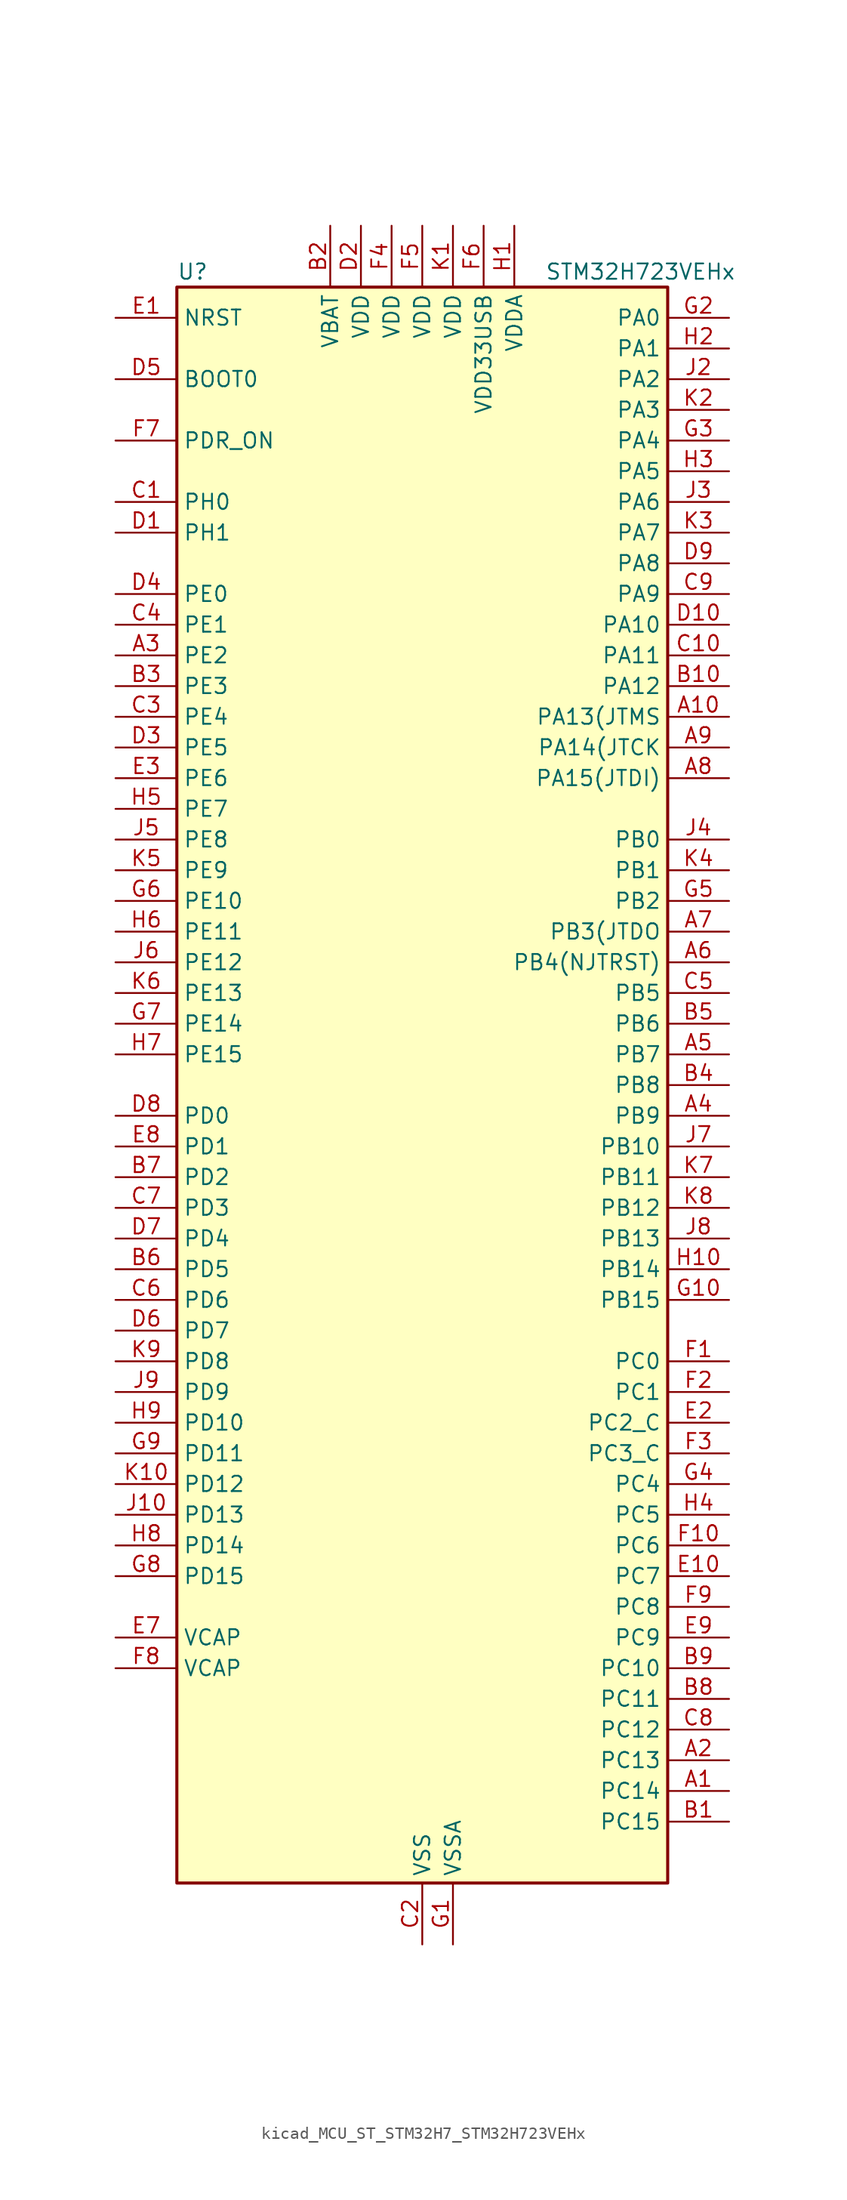
<source format=kicad_sym>
(kicad_symbol_lib
  (version 20220914)
  (generator kicad_symbol_editor)
  (symbol "kicad_MCU_ST_STM32H7_STM32H723VEHx"
    (property "Reference" "U"
      (at -20.32 67.31 0)
      (effects (font (size 1.27 1.27)) (justify left)))
    (property "Value" "STM32H723VEHx"
      (at 10.16 67.31 0)
      (effects (font (size 1.27 1.27)) (justify left)))
    (property "ki_locked" ""
      (at 0 0 0)
      (effects (font (size 1.27 1.27))))
    (symbol "kicad_MCU_ST_STM32H7_STM32H723VEHx_0_1"
      (rectangle (start -20.32 -66.04) (end 20.32 66.04) (stroke (width 0.254) (type default)) (fill (type background))))
    (symbol "kicad_MCU_ST_STM32H7_STM32H723VEHx_1_1"
      (pin bidirectional line (at 25.4 -58.42 180) (length 5.08) (name "PC14" (effects (font (size 1.27 1.27)))) (number "A1" (effects (font (size 1.27 1.27)))) (alternate "RCC_OSC32_IN" bidirectional line))
      (pin bidirectional line (at 25.4 30.48 180) (length 5.08) (name "PA13(JTMS" (effects (font (size 1.27 1.27)))) (number "A10" (effects (font (size 1.27 1.27)))) (alternate "DEBUG_JTMS-SWDIO" bidirectional line))
      (pin bidirectional line (at 25.4 -55.88 180) (length 5.08) (name "PC13" (effects (font (size 1.27 1.27)))) (number "A2" (effects (font (size 1.27 1.27)))) (alternate "PWR_WKUP4" bidirectional line) (alternate "RTC_OUT_ALARM" bidirectional line) (alternate "RTC_OUT_CALIB" bidirectional line) (alternate "RTC_TAMP1" bidirectional line) (alternate "RTC_TS" bidirectional line))
      (pin bidirectional line (at -25.4 35.56 0) (length 5.08) (name "PE2" (effects (font (size 1.27 1.27)))) (number "A3" (effects (font (size 1.27 1.27)))) (alternate "DEBUG_TRACECLK" bidirectional line) (alternate "ETH_TXD3" bidirectional line) (alternate "FMC_A23" bidirectional line) (alternate "OCTOSPIM_P1_IO2" bidirectional line) (alternate "SAI1_CK1" bidirectional line) (alternate "SAI1_MCLK_A" bidirectional line) (alternate "SAI4_CK1" bidirectional line) (alternate "SAI4_MCLK_A" bidirectional line) (alternate "SPI4_SCK" bidirectional line) (alternate "USART10_RX" bidirectional line))
      (pin bidirectional line (at 25.4 -2.54 180) (length 5.08) (name "PB9" (effects (font (size 1.27 1.27)))) (number "A4" (effects (font (size 1.27 1.27)))) (alternate "DAC1_EXTI9" bidirectional line) (alternate "DCMI_D7" bidirectional line) (alternate "DFSDM1_DATIN7" bidirectional line) (alternate "FDCAN1_TX" bidirectional line) (alternate "I2C1_SDA" bidirectional line) (alternate "I2C4_SDA" bidirectional line) (alternate "I2C4_SMBA" bidirectional line) (alternate "I2S2_WS" bidirectional line) (alternate "LTDC_B7" bidirectional line) (alternate "PSSI_D7" bidirectional line) (alternate "SDMMC1_CDIR" bidirectional line) (alternate "SDMMC1_D5" bidirectional line) (alternate "SDMMC2_D5" bidirectional line) (alternate "SPI2_NSS" bidirectional line) (alternate "TIM17_CH1" bidirectional line) (alternate "TIM4_CH4" bidirectional line) (alternate "UART4_TX" bidirectional line))
      (pin bidirectional line (at 25.4 2.54 180) (length 5.08) (name "PB7" (effects (font (size 1.27 1.27)))) (number "A5" (effects (font (size 1.27 1.27)))) (alternate "DCMI_VSYNC" bidirectional line) (alternate "DFSDM1_CKIN5" bidirectional line) (alternate "FMC_NL" bidirectional line) (alternate "I2C1_SDA" bidirectional line) (alternate "I2C4_SDA" bidirectional line) (alternate "LPUART1_RX" bidirectional line) (alternate "PSSI_RDY" bidirectional line) (alternate "PWR_PVD_IN" bidirectional line) (alternate "TIM17_CH1N" bidirectional line) (alternate "TIM4_CH2" bidirectional line) (alternate "USART1_RX" bidirectional line))
      (pin bidirectional line (at 25.4 10.16 180) (length 5.08) (name "PB4(NJTRST)" (effects (font (size 1.27 1.27)))) (number "A6" (effects (font (size 1.27 1.27)))) (alternate "DEBUG_JTRST" bidirectional line) (alternate "I2S1_SDI" bidirectional line) (alternate "I2S2_WS" bidirectional line) (alternate "I2S3_SDI" bidirectional line) (alternate "I2S6_SDI" bidirectional line) (alternate "SDMMC2_D3" bidirectional line) (alternate "SPI1_MISO" bidirectional line) (alternate "SPI2_NSS" bidirectional line) (alternate "SPI3_MISO" bidirectional line) (alternate "SPI6_MISO" bidirectional line) (alternate "TIM16_BKIN" bidirectional line) (alternate "TIM3_CH1" bidirectional line) (alternate "UART7_TX" bidirectional line))
      (pin bidirectional line (at 25.4 12.7 180) (length 5.08) (name "PB3(JTDO" (effects (font (size 1.27 1.27)))) (number "A7" (effects (font (size 1.27 1.27)))) (alternate "CRS_SYNC" bidirectional line) (alternate "DEBUG_JTDO-SWO" bidirectional line) (alternate "I2S1_CK" bidirectional line) (alternate "I2S3_CK" bidirectional line) (alternate "I2S6_CK" bidirectional line) (alternate "SDMMC2_D2" bidirectional line) (alternate "SPI1_SCK" bidirectional line) (alternate "SPI3_SCK" bidirectional line) (alternate "SPI6_SCK" bidirectional line) (alternate "TIM24_ETR" bidirectional line) (alternate "TIM2_CH2" bidirectional line) (alternate "UART7_RX" bidirectional line))
      (pin bidirectional line (at 25.4 25.4 180) (length 5.08) (name "PA15(JTDI)" (effects (font (size 1.27 1.27)))) (number "A8" (effects (font (size 1.27 1.27)))) (alternate "ADC1_EXTI15" bidirectional line) (alternate "ADC2_EXTI15" bidirectional line) (alternate "ADC3_EXTI15" bidirectional line) (alternate "CEC" bidirectional line) (alternate "DEBUG_JTDI" bidirectional line) (alternate "I2S1_WS" bidirectional line) (alternate "I2S3_WS" bidirectional line) (alternate "I2S6_WS" bidirectional line) (alternate "LTDC_B6" bidirectional line) (alternate "LTDC_R3" bidirectional line) (alternate "SPI1_NSS" bidirectional line) (alternate "SPI3_NSS" bidirectional line) (alternate "SPI6_NSS" bidirectional line) (alternate "TIM2_CH1" bidirectional line) (alternate "TIM2_ETR" bidirectional line) (alternate "UART4_DE" bidirectional line) (alternate "UART4_RTS" bidirectional line) (alternate "UART7_TX" bidirectional line))
      (pin bidirectional line (at 25.4 27.94 180) (length 5.08) (name "PA14(JTCK" (effects (font (size 1.27 1.27)))) (number "A9" (effects (font (size 1.27 1.27)))) (alternate "DEBUG_JTCK-SWCLK" bidirectional line))
      (pin bidirectional line (at 25.4 -60.96 180) (length 5.08) (name "PC15" (effects (font (size 1.27 1.27)))) (number "B1" (effects (font (size 1.27 1.27)))) (alternate "ADC1_EXTI15" bidirectional line) (alternate "ADC2_EXTI15" bidirectional line) (alternate "ADC3_EXTI15" bidirectional line) (alternate "RCC_OSC32_OUT" bidirectional line))
      (pin bidirectional line (at 25.4 33.02 180) (length 5.08) (name "PA12" (effects (font (size 1.27 1.27)))) (number "B10" (effects (font (size 1.27 1.27)))) (alternate "FDCAN1_TX" bidirectional line) (alternate "I2S2_CK" bidirectional line) (alternate "LPUART1_DE" bidirectional line) (alternate "LPUART1_RTS" bidirectional line) (alternate "LTDC_R5" bidirectional line) (alternate "SAI4_FS_B" bidirectional line) (alternate "SPI2_SCK" bidirectional line) (alternate "TIM1_BKIN2" bidirectional line) (alternate "TIM1_ETR" bidirectional line) (alternate "UART4_TX" bidirectional line) (alternate "USART1_DE" bidirectional line) (alternate "USART1_RTS" bidirectional line) (alternate "USB_OTG_HS_DP" bidirectional line))
      (pin power_in line (at -7.62 71.12 270) (length 5.08) (name "VBAT" (effects (font (size 1.27 1.27)))) (number "B2" (effects (font (size 1.27 1.27)))))
      (pin bidirectional line (at -25.4 33.02 0) (length 5.08) (name "PE3" (effects (font (size 1.27 1.27)))) (number "B3" (effects (font (size 1.27 1.27)))) (alternate "DEBUG_TRACED0" bidirectional line) (alternate "FMC_A19" bidirectional line) (alternate "SAI1_SD_B" bidirectional line) (alternate "SAI4_SD_B" bidirectional line) (alternate "TIM15_BKIN" bidirectional line) (alternate "USART10_TX" bidirectional line))
      (pin bidirectional line (at 25.4 0 180) (length 5.08) (name "PB8" (effects (font (size 1.27 1.27)))) (number "B4" (effects (font (size 1.27 1.27)))) (alternate "DCMI_D6" bidirectional line) (alternate "DFSDM1_CKIN7" bidirectional line) (alternate "ETH_TXD3" bidirectional line) (alternate "FDCAN1_RX" bidirectional line) (alternate "I2C1_SCL" bidirectional line) (alternate "I2C4_SCL" bidirectional line) (alternate "LTDC_B6" bidirectional line) (alternate "PSSI_D6" bidirectional line) (alternate "SDMMC1_CKIN" bidirectional line) (alternate "SDMMC1_D4" bidirectional line) (alternate "SDMMC2_D4" bidirectional line) (alternate "TIM16_CH1" bidirectional line) (alternate "TIM4_CH3" bidirectional line) (alternate "UART4_RX" bidirectional line))
      (pin bidirectional line (at 25.4 5.08 180) (length 5.08) (name "PB6" (effects (font (size 1.27 1.27)))) (number "B5" (effects (font (size 1.27 1.27)))) (alternate "CEC" bidirectional line) (alternate "DCMI_D5" bidirectional line) (alternate "DFSDM1_DATIN5" bidirectional line) (alternate "FDCAN2_TX" bidirectional line) (alternate "FMC_SDNE1" bidirectional line) (alternate "I2C1_SCL" bidirectional line) (alternate "I2C4_SCL" bidirectional line) (alternate "LPUART1_TX" bidirectional line) (alternate "OCTOSPIM_P1_NCS" bidirectional line) (alternate "PSSI_D5" bidirectional line) (alternate "TIM16_CH1N" bidirectional line) (alternate "TIM4_CH1" bidirectional line) (alternate "UART5_TX" bidirectional line) (alternate "USART1_TX" bidirectional line))
      (pin bidirectional line (at -25.4 -15.24 0) (length 5.08) (name "PD5" (effects (font (size 1.27 1.27)))) (number "B6" (effects (font (size 1.27 1.27)))) (alternate "FMC_NWE" bidirectional line) (alternate "OCTOSPIM_P1_IO5" bidirectional line) (alternate "USART2_TX" bidirectional line))
      (pin bidirectional line (at -25.4 -7.62 0) (length 5.08) (name "PD2" (effects (font (size 1.27 1.27)))) (number "B7" (effects (font (size 1.27 1.27)))) (alternate "DCMI_D11" bidirectional line) (alternate "DEBUG_TRACED2" bidirectional line) (alternate "FMC_D7" bidirectional line) (alternate "FMC_DA7" bidirectional line) (alternate "LTDC_B2" bidirectional line) (alternate "LTDC_B7" bidirectional line) (alternate "PSSI_D11" bidirectional line) (alternate "SDMMC1_CMD" bidirectional line) (alternate "TIM15_BKIN" bidirectional line) (alternate "TIM3_ETR" bidirectional line) (alternate "UART5_RX" bidirectional line))
      (pin bidirectional line (at 25.4 -50.8 180) (length 5.08) (name "PC11" (effects (font (size 1.27 1.27)))) (number "B8" (effects (font (size 1.27 1.27)))) (alternate "ADC1_EXTI11" bidirectional line) (alternate "ADC2_EXTI11" bidirectional line) (alternate "ADC3_EXTI11" bidirectional line) (alternate "DCMI_D4" bidirectional line) (alternate "DFSDM1_DATIN5" bidirectional line) (alternate "I2C5_SCL" bidirectional line) (alternate "I2S3_SDI" bidirectional line) (alternate "LTDC_B4" bidirectional line) (alternate "OCTOSPIM_P1_NCS" bidirectional line) (alternate "PSSI_D4" bidirectional line) (alternate "SDMMC1_D3" bidirectional line) (alternate "SPI3_MISO" bidirectional line) (alternate "UART4_RX" bidirectional line) (alternate "USART3_RX" bidirectional line))
      (pin bidirectional line (at 25.4 -48.26 180) (length 5.08) (name "PC10" (effects (font (size 1.27 1.27)))) (number "B9" (effects (font (size 1.27 1.27)))) (alternate "DCMI_D8" bidirectional line) (alternate "DFSDM1_CKIN5" bidirectional line) (alternate "I2C5_SDA" bidirectional line) (alternate "I2S3_CK" bidirectional line) (alternate "LTDC_B1" bidirectional line) (alternate "LTDC_R2" bidirectional line) (alternate "OCTOSPIM_P1_IO1" bidirectional line) (alternate "PSSI_D8" bidirectional line) (alternate "SDMMC1_D2" bidirectional line) (alternate "SPI3_SCK" bidirectional line) (alternate "SWPMI1_RX" bidirectional line) (alternate "UART4_TX" bidirectional line) (alternate "USART3_TX" bidirectional line))
      (pin bidirectional line (at -25.4 48.26 0) (length 5.08) (name "PH0" (effects (font (size 1.27 1.27)))) (number "C1" (effects (font (size 1.27 1.27)))) (alternate "RCC_OSC_IN" bidirectional line))
      (pin bidirectional line (at 25.4 35.56 180) (length 5.08) (name "PA11" (effects (font (size 1.27 1.27)))) (number "C10" (effects (font (size 1.27 1.27)))) (alternate "ADC1_EXTI11" bidirectional line) (alternate "ADC2_EXTI11" bidirectional line) (alternate "ADC3_EXTI11" bidirectional line) (alternate "FDCAN1_RX" bidirectional line) (alternate "I2S2_WS" bidirectional line) (alternate "LPUART1_CTS" bidirectional line) (alternate "LTDC_R4" bidirectional line) (alternate "SPI2_NSS" bidirectional line) (alternate "TIM1_CH4" bidirectional line) (alternate "UART4_RX" bidirectional line) (alternate "USART1_CTS" bidirectional line) (alternate "USART1_NSS" bidirectional line) (alternate "USB_OTG_HS_DM" bidirectional line))
      (pin power_in line (at 0 -71.12 90) (length 5.08) (name "VSS" (effects (font (size 1.27 1.27)))) (number "C2" (effects (font (size 1.27 1.27)))))
      (pin bidirectional line (at -25.4 30.48 0) (length 5.08) (name "PE4" (effects (font (size 1.27 1.27)))) (number "C3" (effects (font (size 1.27 1.27)))) (alternate "DCMI_D4" bidirectional line) (alternate "DEBUG_TRACED1" bidirectional line) (alternate "DFSDM1_DATIN3" bidirectional line) (alternate "FMC_A20" bidirectional line) (alternate "LTDC_B0" bidirectional line) (alternate "PSSI_D4" bidirectional line) (alternate "SAI1_D2" bidirectional line) (alternate "SAI1_FS_A" bidirectional line) (alternate "SAI4_D2" bidirectional line) (alternate "SAI4_FS_A" bidirectional line) (alternate "SPI4_NSS" bidirectional line) (alternate "TIM15_CH1N" bidirectional line))
      (pin bidirectional line (at -25.4 38.1 0) (length 5.08) (name "PE1" (effects (font (size 1.27 1.27)))) (number "C4" (effects (font (size 1.27 1.27)))) (alternate "DCMI_D3" bidirectional line) (alternate "FMC_NBL1" bidirectional line) (alternate "LPTIM1_IN2" bidirectional line) (alternate "LTDC_R6" bidirectional line) (alternate "PSSI_D3" bidirectional line) (alternate "UART8_TX" bidirectional line))
      (pin bidirectional line (at 25.4 7.62 180) (length 5.08) (name "PB5" (effects (font (size 1.27 1.27)))) (number "C5" (effects (font (size 1.27 1.27)))) (alternate "DCMI_D10" bidirectional line) (alternate "ETH_PPS_OUT" bidirectional line) (alternate "FDCAN2_RX" bidirectional line) (alternate "FMC_SDCKE1" bidirectional line) (alternate "I2C1_SMBA" bidirectional line) (alternate "I2C4_SMBA" bidirectional line) (alternate "I2S1_SDO" bidirectional line) (alternate "I2S3_SDO" bidirectional line) (alternate "I2S6_SDO" bidirectional line) (alternate "LTDC_B5" bidirectional line) (alternate "PSSI_D10" bidirectional line) (alternate "SPI1_MOSI" bidirectional line) (alternate "SPI3_MOSI" bidirectional line) (alternate "SPI6_MOSI" bidirectional line) (alternate "TIM17_BKIN" bidirectional line) (alternate "TIM3_CH2" bidirectional line) (alternate "UART5_RX" bidirectional line) (alternate "USB_OTG_HS_ULPI_D7" bidirectional line))
      (pin bidirectional line (at -25.4 -17.78 0) (length 5.08) (name "PD6" (effects (font (size 1.27 1.27)))) (number "C6" (effects (font (size 1.27 1.27)))) (alternate "DCMI_D10" bidirectional line) (alternate "DFSDM1_CKIN4" bidirectional line) (alternate "DFSDM1_DATIN1" bidirectional line) (alternate "FMC_NWAIT" bidirectional line) (alternate "I2S3_SDO" bidirectional line) (alternate "LTDC_B2" bidirectional line) (alternate "OCTOSPIM_P1_IO6" bidirectional line) (alternate "PSSI_D10" bidirectional line) (alternate "SAI1_D1" bidirectional line) (alternate "SAI1_SD_A" bidirectional line) (alternate "SAI4_D1" bidirectional line) (alternate "SAI4_SD_A" bidirectional line) (alternate "SDMMC2_CK" bidirectional line) (alternate "SPI3_MOSI" bidirectional line) (alternate "USART2_RX" bidirectional line))
      (pin bidirectional line (at -25.4 -10.16 0) (length 5.08) (name "PD3" (effects (font (size 1.27 1.27)))) (number "C7" (effects (font (size 1.27 1.27)))) (alternate "DCMI_D5" bidirectional line) (alternate "DFSDM1_CKOUT" bidirectional line) (alternate "FMC_CLK" bidirectional line) (alternate "I2S2_CK" bidirectional line) (alternate "LTDC_G7" bidirectional line) (alternate "PSSI_D5" bidirectional line) (alternate "SPI2_SCK" bidirectional line) (alternate "USART2_CTS" bidirectional line) (alternate "USART2_NSS" bidirectional line))
      (pin bidirectional line (at 25.4 -53.34 180) (length 5.08) (name "PC12" (effects (font (size 1.27 1.27)))) (number "C8" (effects (font (size 1.27 1.27)))) (alternate "DCMI_D9" bidirectional line) (alternate "DEBUG_TRACED3" bidirectional line) (alternate "FMC_D6" bidirectional line) (alternate "FMC_DA6" bidirectional line) (alternate "I2C5_SMBA" bidirectional line) (alternate "I2S3_SDO" bidirectional line) (alternate "I2S6_CK" bidirectional line) (alternate "LTDC_R6" bidirectional line) (alternate "PSSI_D9" bidirectional line) (alternate "SDMMC1_CK" bidirectional line) (alternate "SPI3_MOSI" bidirectional line) (alternate "SPI6_SCK" bidirectional line) (alternate "TIM15_CH1" bidirectional line) (alternate "UART5_TX" bidirectional line) (alternate "USART3_CK" bidirectional line))
      (pin bidirectional line (at 25.4 40.64 180) (length 5.08) (name "PA9" (effects (font (size 1.27 1.27)))) (number "C9" (effects (font (size 1.27 1.27)))) (alternate "DAC1_EXTI9" bidirectional line) (alternate "DCMI_D0" bidirectional line) (alternate "ETH_TX_ER" bidirectional line) (alternate "I2C3_SMBA" bidirectional line) (alternate "I2C5_SMBA" bidirectional line) (alternate "I2S2_CK" bidirectional line) (alternate "LPUART1_TX" bidirectional line) (alternate "LTDC_R5" bidirectional line) (alternate "PSSI_D0" bidirectional line) (alternate "SPI2_SCK" bidirectional line) (alternate "TIM1_CH2" bidirectional line) (alternate "USART1_TX" bidirectional line) (alternate "USB_OTG_HS_VBUS" bidirectional line))
      (pin bidirectional line (at -25.4 45.72 0) (length 5.08) (name "PH1" (effects (font (size 1.27 1.27)))) (number "D1" (effects (font (size 1.27 1.27)))) (alternate "RCC_OSC_OUT" bidirectional line))
      (pin bidirectional line (at 25.4 38.1 180) (length 5.08) (name "PA10" (effects (font (size 1.27 1.27)))) (number "D10" (effects (font (size 1.27 1.27)))) (alternate "DCMI_D1" bidirectional line) (alternate "LPUART1_RX" bidirectional line) (alternate "LTDC_B1" bidirectional line) (alternate "LTDC_B4" bidirectional line) (alternate "MDIOS_MDIO" bidirectional line) (alternate "PSSI_D1" bidirectional line) (alternate "TIM1_CH3" bidirectional line) (alternate "USART1_RX" bidirectional line) (alternate "USB_OTG_HS_ID" bidirectional line))
      (pin power_in line (at -5.08 71.12 270) (length 5.08) (name "VDD" (effects (font (size 1.27 1.27)))) (number "D2" (effects (font (size 1.27 1.27)))))
      (pin bidirectional line (at -25.4 27.94 0) (length 5.08) (name "PE5" (effects (font (size 1.27 1.27)))) (number "D3" (effects (font (size 1.27 1.27)))) (alternate "DCMI_D6" bidirectional line) (alternate "DEBUG_TRACED2" bidirectional line) (alternate "DFSDM1_CKIN3" bidirectional line) (alternate "FMC_A21" bidirectional line) (alternate "LTDC_G0" bidirectional line) (alternate "PSSI_D6" bidirectional line) (alternate "SAI1_CK2" bidirectional line) (alternate "SAI1_SCK_A" bidirectional line) (alternate "SAI4_CK2" bidirectional line) (alternate "SAI4_SCK_A" bidirectional line) (alternate "SPI4_MISO" bidirectional line) (alternate "TIM15_CH1" bidirectional line))
      (pin bidirectional line (at -25.4 40.64 0) (length 5.08) (name "PE0" (effects (font (size 1.27 1.27)))) (number "D4" (effects (font (size 1.27 1.27)))) (alternate "DCMI_D2" bidirectional line) (alternate "FMC_NBL0" bidirectional line) (alternate "LPTIM1_ETR" bidirectional line) (alternate "LPTIM2_ETR" bidirectional line) (alternate "LTDC_R0" bidirectional line) (alternate "PSSI_D2" bidirectional line) (alternate "SAI4_MCLK_A" bidirectional line) (alternate "TIM4_ETR" bidirectional line) (alternate "UART8_RX" bidirectional line))
      (pin input line (at -25.4 58.42 0) (length 5.08) (name "BOOT0" (effects (font (size 1.27 1.27)))) (number "D5" (effects (font (size 1.27 1.27)))))
      (pin bidirectional line (at -25.4 -20.32 0) (length 5.08) (name "PD7" (effects (font (size 1.27 1.27)))) (number "D6" (effects (font (size 1.27 1.27)))) (alternate "DFSDM1_CKIN1" bidirectional line) (alternate "DFSDM1_DATIN4" bidirectional line) (alternate "FMC_NE1" bidirectional line) (alternate "I2S1_SDO" bidirectional line) (alternate "OCTOSPIM_P1_IO7" bidirectional line) (alternate "SDMMC2_CMD" bidirectional line) (alternate "SPDIFRX1_IN0" bidirectional line) (alternate "SPI1_MOSI" bidirectional line) (alternate "USART2_CK" bidirectional line))
      (pin bidirectional line (at -25.4 -12.7 0) (length 5.08) (name "PD4" (effects (font (size 1.27 1.27)))) (number "D7" (effects (font (size 1.27 1.27)))) (alternate "FMC_NOE" bidirectional line) (alternate "OCTOSPIM_P1_IO4" bidirectional line) (alternate "USART2_DE" bidirectional line) (alternate "USART2_RTS" bidirectional line))
      (pin bidirectional line (at -25.4 -2.54 0) (length 5.08) (name "PD0" (effects (font (size 1.27 1.27)))) (number "D8" (effects (font (size 1.27 1.27)))) (alternate "DFSDM1_CKIN6" bidirectional line) (alternate "FDCAN1_RX" bidirectional line) (alternate "FMC_D2" bidirectional line) (alternate "FMC_DA2" bidirectional line) (alternate "LTDC_B1" bidirectional line) (alternate "UART4_RX" bidirectional line) (alternate "UART9_CTS" bidirectional line))
      (pin bidirectional line (at 25.4 43.18 180) (length 5.08) (name "PA8" (effects (font (size 1.27 1.27)))) (number "D9" (effects (font (size 1.27 1.27)))) (alternate "I2C3_SCL" bidirectional line) (alternate "I2C5_SCL" bidirectional line) (alternate "LTDC_B3" bidirectional line) (alternate "LTDC_R6" bidirectional line) (alternate "RCC_MCO_1" bidirectional line) (alternate "TIM1_CH1" bidirectional line) (alternate "TIM8_BKIN2" bidirectional line) (alternate "TIM8_BKIN2_COMP1" bidirectional line) (alternate "TIM8_BKIN2_COMP2" bidirectional line) (alternate "UART7_RX" bidirectional line) (alternate "USART1_CK" bidirectional line) (alternate "USB_OTG_HS_SOF" bidirectional line))
      (pin input line (at -25.4 63.5 0) (length 5.08) (name "NRST" (effects (font (size 1.27 1.27)))) (number "E1" (effects (font (size 1.27 1.27)))))
      (pin bidirectional line (at 25.4 -40.64 180) (length 5.08) (name "PC7" (effects (font (size 1.27 1.27)))) (number "E10" (effects (font (size 1.27 1.27)))) (alternate "DCMI_D1" bidirectional line) (alternate "DEBUG_TRGIO" bidirectional line) (alternate "DFSDM1_DATIN3" bidirectional line) (alternate "FMC_NE1" bidirectional line) (alternate "I2S3_MCK" bidirectional line) (alternate "LTDC_G6" bidirectional line) (alternate "PSSI_D1" bidirectional line) (alternate "SDMMC1_D123DIR" bidirectional line) (alternate "SDMMC1_D7" bidirectional line) (alternate "SDMMC2_D7" bidirectional line) (alternate "SWPMI1_TX" bidirectional line) (alternate "TIM3_CH2" bidirectional line) (alternate "TIM8_CH2" bidirectional line) (alternate "USART6_RX" bidirectional line))
      (pin bidirectional line (at 25.4 -27.94 180) (length 5.08) (name "PC2_C" (effects (font (size 1.27 1.27)))) (number "E2" (effects (font (size 1.27 1.27)))) (alternate "ADC3_INN1" bidirectional line) (alternate "ADC3_INP0" bidirectional line) (alternate "DFSDM1_CKIN1" bidirectional line) (alternate "DFSDM1_CKOUT" bidirectional line) (alternate "ETH_TXD2" bidirectional line) (alternate "FMC_SDNE0" bidirectional line) (alternate "I2S2_SDI" bidirectional line) (alternate "OCTOSPIM_P1_IO2" bidirectional line) (alternate "OCTOSPIM_P1_IO5" bidirectional line) (alternate "PWR_CSTOP" bidirectional line) (alternate "SPI2_MISO" bidirectional line) (alternate "USB_OTG_HS_ULPI_DIR" bidirectional line))
      (pin bidirectional line (at -25.4 25.4 0) (length 5.08) (name "PE6" (effects (font (size 1.27 1.27)))) (number "E3" (effects (font (size 1.27 1.27)))) (alternate "DCMI_D7" bidirectional line) (alternate "DEBUG_TRACED3" bidirectional line) (alternate "FMC_A22" bidirectional line) (alternate "LTDC_G1" bidirectional line) (alternate "PSSI_D7" bidirectional line) (alternate "SAI1_D1" bidirectional line) (alternate "SAI1_SD_A" bidirectional line) (alternate "SAI4_D1" bidirectional line) (alternate "SAI4_MCLK_B" bidirectional line) (alternate "SAI4_SD_A" bidirectional line) (alternate "SPI4_MOSI" bidirectional line) (alternate "TIM15_CH2" bidirectional line) (alternate "TIM1_BKIN2" bidirectional line) (alternate "TIM1_BKIN2_COMP1" bidirectional line) (alternate "TIM1_BKIN2_COMP2" bidirectional line))
      (pin passive line (at 0 -71.12 90) (length 5.08) hide (name "VSS" (effects (font (size 1.27 1.27)))) (number "E4" (effects (font (size 1.27 1.27)))))
      (pin passive line (at 0 -71.12 90) (length 5.08) hide (name "VSS" (effects (font (size 1.27 1.27)))) (number "E5" (effects (font (size 1.27 1.27)))))
      (pin passive line (at 0 -71.12 90) (length 5.08) hide (name "VSS" (effects (font (size 1.27 1.27)))) (number "E6" (effects (font (size 1.27 1.27)))))
      (pin power_out line (at -25.4 -45.72 0) (length 5.08) (name "VCAP" (effects (font (size 1.27 1.27)))) (number "E7" (effects (font (size 1.27 1.27)))))
      (pin bidirectional line (at -25.4 -5.08 0) (length 5.08) (name "PD1" (effects (font (size 1.27 1.27)))) (number "E8" (effects (font (size 1.27 1.27)))) (alternate "DFSDM1_DATIN6" bidirectional line) (alternate "FDCAN1_TX" bidirectional line) (alternate "FMC_D3" bidirectional line) (alternate "FMC_DA3" bidirectional line) (alternate "UART4_TX" bidirectional line))
      (pin bidirectional line (at 25.4 -45.72 180) (length 5.08) (name "PC9" (effects (font (size 1.27 1.27)))) (number "E9" (effects (font (size 1.27 1.27)))) (alternate "DAC1_EXTI9" bidirectional line) (alternate "DCMI_D3" bidirectional line) (alternate "I2C3_SDA" bidirectional line) (alternate "I2C5_SDA" bidirectional line) (alternate "I2S_CKIN" bidirectional line) (alternate "LTDC_B2" bidirectional line) (alternate "LTDC_G3" bidirectional line) (alternate "OCTOSPIM_P1_IO0" bidirectional line) (alternate "PSSI_D3" bidirectional line) (alternate "RCC_MCO_2" bidirectional line) (alternate "SDMMC1_D1" bidirectional line) (alternate "SWPMI1_SUSPEND" bidirectional line) (alternate "TIM3_CH4" bidirectional line) (alternate "TIM8_CH4" bidirectional line) (alternate "UART5_CTS" bidirectional line))
      (pin bidirectional line (at 25.4 -22.86 180) (length 5.08) (name "PC0" (effects (font (size 1.27 1.27)))) (number "F1" (effects (font (size 1.27 1.27)))) (alternate "ADC1_INP10" bidirectional line) (alternate "ADC2_INP10" bidirectional line) (alternate "ADC3_INP10" bidirectional line) (alternate "DFSDM1_CKIN0" bidirectional line) (alternate "DFSDM1_DATIN4" bidirectional line) (alternate "FMC_A25" bidirectional line) (alternate "FMC_D12" bidirectional line) (alternate "FMC_DA12" bidirectional line) (alternate "FMC_SDNWE" bidirectional line) (alternate "LTDC_G2" bidirectional line) (alternate "LTDC_R5" bidirectional line) (alternate "SAI4_FS_B" bidirectional line) (alternate "USB_OTG_HS_ULPI_STP" bidirectional line))
      (pin bidirectional line (at 25.4 -38.1 180) (length 5.08) (name "PC6" (effects (font (size 1.27 1.27)))) (number "F10" (effects (font (size 1.27 1.27)))) (alternate "DCMI_D0" bidirectional line) (alternate "DFSDM1_CKIN3" bidirectional line) (alternate "FMC_NWAIT" bidirectional line) (alternate "I2S2_MCK" bidirectional line) (alternate "LTDC_HSYNC" bidirectional line) (alternate "PSSI_D0" bidirectional line) (alternate "SDMMC1_D0DIR" bidirectional line) (alternate "SDMMC1_D6" bidirectional line) (alternate "SDMMC2_D6" bidirectional line) (alternate "SWPMI1_IO" bidirectional line) (alternate "TIM3_CH1" bidirectional line) (alternate "TIM8_CH1" bidirectional line) (alternate "USART6_TX" bidirectional line))
      (pin bidirectional line (at 25.4 -25.4 180) (length 5.08) (name "PC1" (effects (font (size 1.27 1.27)))) (number "F2" (effects (font (size 1.27 1.27)))) (alternate "ADC1_INN10" bidirectional line) (alternate "ADC1_INP11" bidirectional line) (alternate "ADC2_INN10" bidirectional line) (alternate "ADC2_INP11" bidirectional line) (alternate "ADC3_INN10" bidirectional line) (alternate "ADC3_INP11" bidirectional line) (alternate "DEBUG_TRACED0" bidirectional line) (alternate "DFSDM1_CKIN4" bidirectional line) (alternate "DFSDM1_DATIN0" bidirectional line) (alternate "ETH_MDC" bidirectional line) (alternate "I2S2_SDO" bidirectional line) (alternate "LTDC_G5" bidirectional line) (alternate "MDIOS_MDC" bidirectional line) (alternate "OCTOSPIM_P1_IO4" bidirectional line) (alternate "PWR_WKUP6" bidirectional line) (alternate "RTC_TAMP3" bidirectional line) (alternate "SAI1_D1" bidirectional line) (alternate "SAI1_SD_A" bidirectional line) (alternate "SAI4_D1" bidirectional line) (alternate "SAI4_SD_A" bidirectional line) (alternate "SDMMC2_CK" bidirectional line) (alternate "SPI2_MOSI" bidirectional line))
      (pin bidirectional line (at 25.4 -30.48 180) (length 5.08) (name "PC3_C" (effects (font (size 1.27 1.27)))) (number "F3" (effects (font (size 1.27 1.27)))) (alternate "ADC3_INP1" bidirectional line) (alternate "DFSDM1_DATIN1" bidirectional line) (alternate "ETH_TX_CLK" bidirectional line) (alternate "FMC_SDCKE0" bidirectional line) (alternate "I2S2_SDO" bidirectional line) (alternate "OCTOSPIM_P1_IO0" bidirectional line) (alternate "OCTOSPIM_P1_IO6" bidirectional line) (alternate "PWR_CSLEEP" bidirectional line) (alternate "SPI2_MOSI" bidirectional line) (alternate "USB_OTG_HS_ULPI_NXT" bidirectional line))
      (pin power_in line (at -2.54 71.12 270) (length 5.08) (name "VDD" (effects (font (size 1.27 1.27)))) (number "F4" (effects (font (size 1.27 1.27)))))
      (pin power_in line (at 0 71.12 270) (length 5.08) (name "VDD" (effects (font (size 1.27 1.27)))) (number "F5" (effects (font (size 1.27 1.27)))))
      (pin power_in line (at 5.08 71.12 270) (length 5.08) (name "VDD33USB" (effects (font (size 1.27 1.27)))) (number "F6" (effects (font (size 1.27 1.27)))))
      (pin input line (at -25.4 53.34 0) (length 5.08) (name "PDR_ON" (effects (font (size 1.27 1.27)))) (number "F7" (effects (font (size 1.27 1.27)))))
      (pin power_out line (at -25.4 -48.26 0) (length 5.08) (name "VCAP" (effects (font (size 1.27 1.27)))) (number "F8" (effects (font (size 1.27 1.27)))))
      (pin bidirectional line (at 25.4 -43.18 180) (length 5.08) (name "PC8" (effects (font (size 1.27 1.27)))) (number "F9" (effects (font (size 1.27 1.27)))) (alternate "DCMI_D2" bidirectional line) (alternate "DEBUG_TRACED1" bidirectional line) (alternate "FMC_INT" bidirectional line) (alternate "FMC_NCE" bidirectional line) (alternate "FMC_NE2" bidirectional line) (alternate "PSSI_D2" bidirectional line) (alternate "SDMMC1_D0" bidirectional line) (alternate "SWPMI1_RX" bidirectional line) (alternate "TIM3_CH3" bidirectional line) (alternate "TIM8_CH3" bidirectional line) (alternate "UART5_DE" bidirectional line) (alternate "UART5_RTS" bidirectional line) (alternate "USART6_CK" bidirectional line))
      (pin power_in line (at 2.54 -71.12 90) (length 5.08) (name "VSSA" (effects (font (size 1.27 1.27)))) (number "G1" (effects (font (size 1.27 1.27)))))
      (pin bidirectional line (at 25.4 -17.78 180) (length 5.08) (name "PB15" (effects (font (size 1.27 1.27)))) (number "G10" (effects (font (size 1.27 1.27)))) (alternate "ADC1_EXTI15" bidirectional line) (alternate "ADC2_EXTI15" bidirectional line) (alternate "ADC3_EXTI15" bidirectional line) (alternate "DFSDM1_CKIN2" bidirectional line) (alternate "FMC_D11" bidirectional line) (alternate "FMC_DA11" bidirectional line) (alternate "I2S2_SDO" bidirectional line) (alternate "LTDC_G7" bidirectional line) (alternate "RTC_REFIN" bidirectional line) (alternate "SDMMC2_D1" bidirectional line) (alternate "SPI2_MOSI" bidirectional line) (alternate "TIM12_CH2" bidirectional line) (alternate "TIM1_CH3N" bidirectional line) (alternate "TIM8_CH3N" bidirectional line) (alternate "UART4_CTS" bidirectional line) (alternate "USART1_RX" bidirectional line))
      (pin bidirectional line (at 25.4 63.5 180) (length 5.08) (name "PA0" (effects (font (size 1.27 1.27)))) (number "G2" (effects (font (size 1.27 1.27)))) (alternate "ADC1_INP16" bidirectional line) (alternate "ETH_CRS" bidirectional line) (alternate "FMC_A19" bidirectional line) (alternate "I2S6_WS" bidirectional line) (alternate "PWR_WKUP1" bidirectional line) (alternate "SAI4_SD_B" bidirectional line) (alternate "SDMMC2_CMD" bidirectional line) (alternate "SPI6_NSS" bidirectional line) (alternate "TIM15_BKIN" bidirectional line) (alternate "TIM2_CH1" bidirectional line) (alternate "TIM2_ETR" bidirectional line) (alternate "TIM5_CH1" bidirectional line) (alternate "TIM8_ETR" bidirectional line) (alternate "UART4_TX" bidirectional line) (alternate "USART2_CTS" bidirectional line) (alternate "USART2_NSS" bidirectional line))
      (pin bidirectional line (at 25.4 53.34 180) (length 5.08) (name "PA4" (effects (font (size 1.27 1.27)))) (number "G3" (effects (font (size 1.27 1.27)))) (alternate "ADC1_INP18" bidirectional line) (alternate "ADC2_INP18" bidirectional line) (alternate "DAC1_OUT1" bidirectional line) (alternate "DCMI_HSYNC" bidirectional line) (alternate "FMC_D8" bidirectional line) (alternate "FMC_DA8" bidirectional line) (alternate "I2S1_WS" bidirectional line) (alternate "I2S3_WS" bidirectional line) (alternate "I2S6_WS" bidirectional line) (alternate "LTDC_VSYNC" bidirectional line) (alternate "PSSI_DE" bidirectional line) (alternate "SPI1_NSS" bidirectional line) (alternate "SPI3_NSS" bidirectional line) (alternate "SPI6_NSS" bidirectional line) (alternate "TIM5_ETR" bidirectional line) (alternate "USART2_CK" bidirectional line))
      (pin bidirectional line (at 25.4 -33.02 180) (length 5.08) (name "PC4" (effects (font (size 1.27 1.27)))) (number "G4" (effects (font (size 1.27 1.27)))) (alternate "ADC1_INP4" bidirectional line) (alternate "ADC2_INP4" bidirectional line) (alternate "COMP1_INM" bidirectional line) (alternate "DFSDM1_CKIN2" bidirectional line) (alternate "ETH_RXD0" bidirectional line) (alternate "FMC_A22" bidirectional line) (alternate "FMC_SDNE0" bidirectional line) (alternate "I2S1_MCK" bidirectional line) (alternate "LTDC_R7" bidirectional line) (alternate "OPAMP1_VOUT" bidirectional line) (alternate "SDMMC2_CKIN" bidirectional line) (alternate "SPDIFRX1_IN2" bidirectional line))
      (pin bidirectional line (at 25.4 15.24 180) (length 5.08) (name "PB2" (effects (font (size 1.27 1.27)))) (number "G5" (effects (font (size 1.27 1.27)))) (alternate "COMP1_INP" bidirectional line) (alternate "DFSDM1_CKIN1" bidirectional line) (alternate "ETH_TX_ER" bidirectional line) (alternate "I2S3_SDO" bidirectional line) (alternate "OCTOSPIM_P1_CLK" bidirectional line) (alternate "OCTOSPIM_P1_DQS" bidirectional line) (alternate "RTC_OUT_ALARM" bidirectional line) (alternate "RTC_OUT_CALIB" bidirectional line) (alternate "SAI1_D1" bidirectional line) (alternate "SAI1_SD_A" bidirectional line) (alternate "SAI4_D1" bidirectional line) (alternate "SAI4_SD_A" bidirectional line) (alternate "SPI3_MOSI" bidirectional line) (alternate "TIM23_ETR" bidirectional line))
      (pin bidirectional line (at -25.4 15.24 0) (length 5.08) (name "PE10" (effects (font (size 1.27 1.27)))) (number "G6" (effects (font (size 1.27 1.27)))) (alternate "COMP2_INM" bidirectional line) (alternate "DFSDM1_DATIN4" bidirectional line) (alternate "FMC_D7" bidirectional line) (alternate "FMC_DA7" bidirectional line) (alternate "OCTOSPIM_P1_IO7" bidirectional line) (alternate "TIM1_CH2N" bidirectional line) (alternate "UART7_CTS" bidirectional line))
      (pin bidirectional line (at -25.4 5.08 0) (length 5.08) (name "PE14" (effects (font (size 1.27 1.27)))) (number "G7" (effects (font (size 1.27 1.27)))) (alternate "FMC_D11" bidirectional line) (alternate "FMC_DA11" bidirectional line) (alternate "LTDC_CLK" bidirectional line) (alternate "SAI4_MCLK_B" bidirectional line) (alternate "SPI4_MOSI" bidirectional line) (alternate "TIM1_CH4" bidirectional line))
      (pin bidirectional line (at -25.4 -40.64 0) (length 5.08) (name "PD15" (effects (font (size 1.27 1.27)))) (number "G8" (effects (font (size 1.27 1.27)))) (alternate "ADC1_EXTI15" bidirectional line) (alternate "ADC2_EXTI15" bidirectional line) (alternate "ADC3_EXTI15" bidirectional line) (alternate "FMC_D1" bidirectional line) (alternate "FMC_DA1" bidirectional line) (alternate "TIM4_CH4" bidirectional line) (alternate "UART8_DE" bidirectional line) (alternate "UART8_RTS" bidirectional line) (alternate "UART9_TX" bidirectional line))
      (pin bidirectional line (at -25.4 -30.48 0) (length 5.08) (name "PD11" (effects (font (size 1.27 1.27)))) (number "G9" (effects (font (size 1.27 1.27)))) (alternate "ADC1_EXTI11" bidirectional line) (alternate "ADC2_EXTI11" bidirectional line) (alternate "ADC3_EXTI11" bidirectional line) (alternate "FMC_A16" bidirectional line) (alternate "FMC_CLE" bidirectional line) (alternate "I2C4_SMBA" bidirectional line) (alternate "LPTIM2_IN2" bidirectional line) (alternate "OCTOSPIM_P1_IO0" bidirectional line) (alternate "SAI4_SD_A" bidirectional line) (alternate "USART3_CTS" bidirectional line) (alternate "USART3_NSS" bidirectional line))
      (pin power_in line (at 7.62 71.12 270) (length 5.08) (name "VDDA" (effects (font (size 1.27 1.27)))) (number "H1" (effects (font (size 1.27 1.27)))))
      (pin bidirectional line (at 25.4 -15.24 180) (length 5.08) (name "PB14" (effects (font (size 1.27 1.27)))) (number "H10" (effects (font (size 1.27 1.27)))) (alternate "DFSDM1_DATIN2" bidirectional line) (alternate "FMC_D10" bidirectional line) (alternate "FMC_DA10" bidirectional line) (alternate "I2S2_SDI" bidirectional line) (alternate "LTDC_CLK" bidirectional line) (alternate "SDMMC2_D0" bidirectional line) (alternate "SPI2_MISO" bidirectional line) (alternate "TIM12_CH1" bidirectional line) (alternate "TIM1_CH2N" bidirectional line) (alternate "TIM8_CH2N" bidirectional line) (alternate "UART4_DE" bidirectional line) (alternate "UART4_RTS" bidirectional line) (alternate "USART1_TX" bidirectional line) (alternate "USART3_DE" bidirectional line) (alternate "USART3_RTS" bidirectional line))
      (pin bidirectional line (at 25.4 60.96 180) (length 5.08) (name "PA1" (effects (font (size 1.27 1.27)))) (number "H2" (effects (font (size 1.27 1.27)))) (alternate "ADC1_INN16" bidirectional line) (alternate "ADC1_INP17" bidirectional line) (alternate "ETH_REF_CLK" bidirectional line) (alternate "ETH_RX_CLK" bidirectional line) (alternate "LPTIM3_OUT" bidirectional line) (alternate "LTDC_R2" bidirectional line) (alternate "OCTOSPIM_P1_DQS" bidirectional line) (alternate "OCTOSPIM_P1_IO3" bidirectional line) (alternate "SAI4_MCLK_B" bidirectional line) (alternate "TIM15_CH1N" bidirectional line) (alternate "TIM2_CH2" bidirectional line) (alternate "TIM5_CH2" bidirectional line) (alternate "UART4_RX" bidirectional line) (alternate "USART2_DE" bidirectional line) (alternate "USART2_RTS" bidirectional line))
      (pin bidirectional line (at 25.4 50.8 180) (length 5.08) (name "PA5" (effects (font (size 1.27 1.27)))) (number "H3" (effects (font (size 1.27 1.27)))) (alternate "ADC1_INN18" bidirectional line) (alternate "ADC1_INP19" bidirectional line) (alternate "ADC2_INN18" bidirectional line) (alternate "ADC2_INP19" bidirectional line) (alternate "DAC1_OUT2" bidirectional line) (alternate "FMC_D9" bidirectional line) (alternate "FMC_DA9" bidirectional line) (alternate "I2S1_CK" bidirectional line) (alternate "I2S6_CK" bidirectional line) (alternate "LTDC_R4" bidirectional line) (alternate "PSSI_D14" bidirectional line) (alternate "PWR_NDSTOP2" bidirectional line) (alternate "SPI1_SCK" bidirectional line) (alternate "SPI6_SCK" bidirectional line) (alternate "TIM2_CH1" bidirectional line) (alternate "TIM2_ETR" bidirectional line) (alternate "TIM8_CH1N" bidirectional line) (alternate "USB_OTG_HS_ULPI_CK" bidirectional line))
      (pin bidirectional line (at 25.4 -35.56 180) (length 5.08) (name "PC5" (effects (font (size 1.27 1.27)))) (number "H4" (effects (font (size 1.27 1.27)))) (alternate "ADC1_INN4" bidirectional line) (alternate "ADC1_INP8" bidirectional line) (alternate "ADC2_INN4" bidirectional line) (alternate "ADC2_INP8" bidirectional line) (alternate "COMP1_OUT" bidirectional line) (alternate "DFSDM1_DATIN2" bidirectional line) (alternate "ETH_RXD1" bidirectional line) (alternate "FMC_SDCKE0" bidirectional line) (alternate "LTDC_DE" bidirectional line) (alternate "OCTOSPIM_P1_DQS" bidirectional line) (alternate "OPAMP1_VINM" bidirectional line) (alternate "PSSI_D15" bidirectional line) (alternate "SAI1_D3" bidirectional line) (alternate "SAI4_D3" bidirectional line) (alternate "SPDIFRX1_IN3" bidirectional line))
      (pin bidirectional line (at -25.4 22.86 0) (length 5.08) (name "PE7" (effects (font (size 1.27 1.27)))) (number "H5" (effects (font (size 1.27 1.27)))) (alternate "COMP2_INM" bidirectional line) (alternate "DFSDM1_DATIN2" bidirectional line) (alternate "FMC_D4" bidirectional line) (alternate "FMC_DA4" bidirectional line) (alternate "OCTOSPIM_P1_IO4" bidirectional line) (alternate "OPAMP2_VOUT" bidirectional line) (alternate "TIM1_ETR" bidirectional line) (alternate "UART7_RX" bidirectional line))
      (pin bidirectional line (at -25.4 12.7 0) (length 5.08) (name "PE11" (effects (font (size 1.27 1.27)))) (number "H6" (effects (font (size 1.27 1.27)))) (alternate "ADC1_EXTI11" bidirectional line) (alternate "ADC2_EXTI11" bidirectional line) (alternate "ADC3_EXTI11" bidirectional line) (alternate "COMP2_INP" bidirectional line) (alternate "DFSDM1_CKIN4" bidirectional line) (alternate "FMC_D8" bidirectional line) (alternate "FMC_DA8" bidirectional line) (alternate "LTDC_G3" bidirectional line) (alternate "OCTOSPIM_P1_NCS" bidirectional line) (alternate "SAI4_SD_B" bidirectional line) (alternate "SPI4_NSS" bidirectional line) (alternate "TIM1_CH2" bidirectional line))
      (pin bidirectional line (at -25.4 2.54 0) (length 5.08) (name "PE15" (effects (font (size 1.27 1.27)))) (number "H7" (effects (font (size 1.27 1.27)))) (alternate "ADC1_EXTI15" bidirectional line) (alternate "ADC2_EXTI15" bidirectional line) (alternate "ADC3_EXTI15" bidirectional line) (alternate "FMC_D12" bidirectional line) (alternate "FMC_DA12" bidirectional line) (alternate "LTDC_R7" bidirectional line) (alternate "TIM1_BKIN" bidirectional line) (alternate "TIM1_BKIN_COMP1" bidirectional line) (alternate "TIM1_BKIN_COMP2" bidirectional line) (alternate "USART10_CK" bidirectional line))
      (pin bidirectional line (at -25.4 -38.1 0) (length 5.08) (name "PD14" (effects (font (size 1.27 1.27)))) (number "H8" (effects (font (size 1.27 1.27)))) (alternate "FMC_D0" bidirectional line) (alternate "FMC_DA0" bidirectional line) (alternate "TIM4_CH3" bidirectional line) (alternate "UART8_CTS" bidirectional line) (alternate "UART9_RX" bidirectional line))
      (pin bidirectional line (at -25.4 -27.94 0) (length 5.08) (name "PD10" (effects (font (size 1.27 1.27)))) (number "H9" (effects (font (size 1.27 1.27)))) (alternate "DFSDM1_CKOUT" bidirectional line) (alternate "FMC_D15" bidirectional line) (alternate "FMC_DA15" bidirectional line) (alternate "LTDC_B3" bidirectional line) (alternate "USART3_CK" bidirectional line))
      (pin passive line (at 0 -71.12 90) (length 5.08) hide (name "VSS" (effects (font (size 1.27 1.27)))) (number "J1" (effects (font (size 1.27 1.27)))))
      (pin bidirectional line (at -25.4 -35.56 0) (length 5.08) (name "PD13" (effects (font (size 1.27 1.27)))) (number "J10" (effects (font (size 1.27 1.27)))) (alternate "DCMI_D13" bidirectional line) (alternate "FDCAN3_TX" bidirectional line) (alternate "FMC_A18" bidirectional line) (alternate "I2C4_SDA" bidirectional line) (alternate "LPTIM1_OUT" bidirectional line) (alternate "OCTOSPIM_P1_IO3" bidirectional line) (alternate "PSSI_D13" bidirectional line) (alternate "SAI4_SCK_A" bidirectional line) (alternate "TIM4_CH2" bidirectional line) (alternate "UART9_DE" bidirectional line) (alternate "UART9_RTS" bidirectional line))
      (pin bidirectional line (at 25.4 58.42 180) (length 5.08) (name "PA2" (effects (font (size 1.27 1.27)))) (number "J2" (effects (font (size 1.27 1.27)))) (alternate "ADC1_INP14" bidirectional line) (alternate "ADC2_INP14" bidirectional line) (alternate "ETH_MDIO" bidirectional line) (alternate "LPTIM4_OUT" bidirectional line) (alternate "LTDC_R1" bidirectional line) (alternate "MDIOS_MDIO" bidirectional line) (alternate "OCTOSPIM_P1_IO0" bidirectional line) (alternate "PWR_WKUP2" bidirectional line) (alternate "SAI4_SCK_B" bidirectional line) (alternate "TIM15_CH1" bidirectional line) (alternate "TIM2_CH3" bidirectional line) (alternate "TIM5_CH3" bidirectional line) (alternate "USART2_TX" bidirectional line))
      (pin bidirectional line (at 25.4 48.26 180) (length 5.08) (name "PA6" (effects (font (size 1.27 1.27)))) (number "J3" (effects (font (size 1.27 1.27)))) (alternate "ADC1_INP3" bidirectional line) (alternate "ADC2_INP3" bidirectional line) (alternate "DCMI_PIXCLK" bidirectional line) (alternate "I2S1_SDI" bidirectional line) (alternate "I2S6_SDI" bidirectional line) (alternate "LTDC_G2" bidirectional line) (alternate "MDIOS_MDC" bidirectional line) (alternate "OCTOSPIM_P1_IO3" bidirectional line) (alternate "PSSI_PDCK" bidirectional line) (alternate "SPI1_MISO" bidirectional line) (alternate "SPI6_MISO" bidirectional line) (alternate "TIM13_CH1" bidirectional line) (alternate "TIM1_BKIN" bidirectional line) (alternate "TIM1_BKIN_COMP1" bidirectional line) (alternate "TIM1_BKIN_COMP2" bidirectional line) (alternate "TIM3_CH1" bidirectional line) (alternate "TIM8_BKIN" bidirectional line) (alternate "TIM8_BKIN_COMP1" bidirectional line) (alternate "TIM8_BKIN_COMP2" bidirectional line))
      (pin bidirectional line (at 25.4 20.32 180) (length 5.08) (name "PB0" (effects (font (size 1.27 1.27)))) (number "J4" (effects (font (size 1.27 1.27)))) (alternate "ADC1_INN5" bidirectional line) (alternate "ADC1_INP9" bidirectional line) (alternate "ADC2_INN5" bidirectional line) (alternate "ADC2_INP9" bidirectional line) (alternate "COMP1_INP" bidirectional line) (alternate "DFSDM1_CKOUT" bidirectional line) (alternate "ETH_RXD2" bidirectional line) (alternate "LTDC_G1" bidirectional line) (alternate "LTDC_R3" bidirectional line) (alternate "OCTOSPIM_P1_IO1" bidirectional line) (alternate "OPAMP1_VINP" bidirectional line) (alternate "TIM1_CH2N" bidirectional line) (alternate "TIM3_CH3" bidirectional line) (alternate "TIM8_CH2N" bidirectional line) (alternate "UART4_CTS" bidirectional line) (alternate "USB_OTG_HS_ULPI_D1" bidirectional line))
      (pin bidirectional line (at -25.4 20.32 0) (length 5.08) (name "PE8" (effects (font (size 1.27 1.27)))) (number "J5" (effects (font (size 1.27 1.27)))) (alternate "COMP2_OUT" bidirectional line) (alternate "DFSDM1_CKIN2" bidirectional line) (alternate "FMC_D5" bidirectional line) (alternate "FMC_DA5" bidirectional line) (alternate "OCTOSPIM_P1_IO5" bidirectional line) (alternate "OPAMP2_VINM" bidirectional line) (alternate "TIM1_CH1N" bidirectional line) (alternate "UART7_TX" bidirectional line))
      (pin bidirectional line (at -25.4 10.16 0) (length 5.08) (name "PE12" (effects (font (size 1.27 1.27)))) (number "J6" (effects (font (size 1.27 1.27)))) (alternate "COMP1_OUT" bidirectional line) (alternate "DFSDM1_DATIN5" bidirectional line) (alternate "FMC_D9" bidirectional line) (alternate "FMC_DA9" bidirectional line) (alternate "LTDC_B4" bidirectional line) (alternate "SAI4_SCK_B" bidirectional line) (alternate "SPI4_SCK" bidirectional line) (alternate "TIM1_CH3N" bidirectional line))
      (pin bidirectional line (at 25.4 -5.08 180) (length 5.08) (name "PB10" (effects (font (size 1.27 1.27)))) (number "J7" (effects (font (size 1.27 1.27)))) (alternate "DFSDM1_DATIN7" bidirectional line) (alternate "ETH_RX_ER" bidirectional line) (alternate "I2C2_SCL" bidirectional line) (alternate "I2S2_CK" bidirectional line) (alternate "LPTIM2_IN1" bidirectional line) (alternate "LTDC_G4" bidirectional line) (alternate "OCTOSPIM_P1_NCS" bidirectional line) (alternate "SPI2_SCK" bidirectional line) (alternate "TIM2_CH3" bidirectional line) (alternate "USART3_TX" bidirectional line) (alternate "USB_OTG_HS_ULPI_D3" bidirectional line))
      (pin bidirectional line (at 25.4 -12.7 180) (length 5.08) (name "PB13" (effects (font (size 1.27 1.27)))) (number "J8" (effects (font (size 1.27 1.27)))) (alternate "DCMI_D2" bidirectional line) (alternate "DFSDM1_CKIN1" bidirectional line) (alternate "ETH_TXD1" bidirectional line) (alternate "FDCAN2_TX" bidirectional line) (alternate "I2S2_CK" bidirectional line) (alternate "LPTIM2_OUT" bidirectional line) (alternate "OCTOSPIM_P1_IO2" bidirectional line) (alternate "PSSI_D2" bidirectional line) (alternate "SDMMC1_D0" bidirectional line) (alternate "SPI2_SCK" bidirectional line) (alternate "TIM1_CH1N" bidirectional line) (alternate "UART5_TX" bidirectional line) (alternate "USART3_CTS" bidirectional line) (alternate "USART3_NSS" bidirectional line) (alternate "USB_OTG_HS_ULPI_D6" bidirectional line))
      (pin bidirectional line (at -25.4 -25.4 0) (length 5.08) (name "PD9" (effects (font (size 1.27 1.27)))) (number "J9" (effects (font (size 1.27 1.27)))) (alternate "DAC1_EXTI9" bidirectional line) (alternate "DFSDM1_DATIN3" bidirectional line) (alternate "FMC_D14" bidirectional line) (alternate "FMC_DA14" bidirectional line) (alternate "USART3_RX" bidirectional line))
      (pin power_in line (at 2.54 71.12 270) (length 5.08) (name "VDD" (effects (font (size 1.27 1.27)))) (number "K1" (effects (font (size 1.27 1.27)))))
      (pin bidirectional line (at -25.4 -33.02 0) (length 5.08) (name "PD12" (effects (font (size 1.27 1.27)))) (number "K10" (effects (font (size 1.27 1.27)))) (alternate "DCMI_D12" bidirectional line) (alternate "FDCAN3_RX" bidirectional line) (alternate "FMC_A17" bidirectional line) (alternate "FMC_ALE" bidirectional line) (alternate "I2C4_SCL" bidirectional line) (alternate "LPTIM1_IN1" bidirectional line) (alternate "LPTIM2_IN1" bidirectional line) (alternate "OCTOSPIM_P1_IO1" bidirectional line) (alternate "PSSI_D12" bidirectional line) (alternate "SAI4_FS_A" bidirectional line) (alternate "TIM4_CH1" bidirectional line) (alternate "USART3_DE" bidirectional line) (alternate "USART3_RTS" bidirectional line))
      (pin bidirectional line (at 25.4 55.88 180) (length 5.08) (name "PA3" (effects (font (size 1.27 1.27)))) (number "K2" (effects (font (size 1.27 1.27)))) (alternate "ADC1_INP15" bidirectional line) (alternate "ADC2_INP15" bidirectional line) (alternate "ETH_COL" bidirectional line) (alternate "I2S6_MCK" bidirectional line) (alternate "LPTIM5_OUT" bidirectional line) (alternate "LTDC_B2" bidirectional line) (alternate "LTDC_B5" bidirectional line) (alternate "OCTOSPIM_P1_CLK" bidirectional line) (alternate "OCTOSPIM_P1_IO2" bidirectional line) (alternate "TIM15_CH2" bidirectional line) (alternate "TIM2_CH4" bidirectional line) (alternate "TIM5_CH4" bidirectional line) (alternate "USART2_RX" bidirectional line) (alternate "USB_OTG_HS_ULPI_D0" bidirectional line))
      (pin bidirectional line (at 25.4 45.72 180) (length 5.08) (name "PA7" (effects (font (size 1.27 1.27)))) (number "K3" (effects (font (size 1.27 1.27)))) (alternate "ADC1_INN3" bidirectional line) (alternate "ADC1_INP7" bidirectional line) (alternate "ADC2_INN3" bidirectional line) (alternate "ADC2_INP7" bidirectional line) (alternate "ETH_CRS_DV" bidirectional line) (alternate "ETH_RX_DV" bidirectional line) (alternate "FMC_SDNWE" bidirectional line) (alternate "I2S1_SDO" bidirectional line) (alternate "I2S6_SDO" bidirectional line) (alternate "LTDC_VSYNC" bidirectional line) (alternate "OCTOSPIM_P1_IO2" bidirectional line) (alternate "OPAMP1_VINM" bidirectional line) (alternate "SPI1_MOSI" bidirectional line) (alternate "SPI6_MOSI" bidirectional line) (alternate "TIM14_CH1" bidirectional line) (alternate "TIM1_CH1N" bidirectional line) (alternate "TIM3_CH2" bidirectional line) (alternate "TIM8_CH1N" bidirectional line))
      (pin bidirectional line (at 25.4 17.78 180) (length 5.08) (name "PB1" (effects (font (size 1.27 1.27)))) (number "K4" (effects (font (size 1.27 1.27)))) (alternate "ADC1_INP5" bidirectional line) (alternate "ADC2_INP5" bidirectional line) (alternate "COMP1_INM" bidirectional line) (alternate "DFSDM1_DATIN1" bidirectional line) (alternate "ETH_RXD3" bidirectional line) (alternate "LTDC_G0" bidirectional line) (alternate "LTDC_R6" bidirectional line) (alternate "OCTOSPIM_P1_IO0" bidirectional line) (alternate "TIM1_CH3N" bidirectional line) (alternate "TIM3_CH4" bidirectional line) (alternate "TIM8_CH3N" bidirectional line) (alternate "USB_OTG_HS_ULPI_D2" bidirectional line))
      (pin bidirectional line (at -25.4 17.78 0) (length 5.08) (name "PE9" (effects (font (size 1.27 1.27)))) (number "K5" (effects (font (size 1.27 1.27)))) (alternate "COMP2_INP" bidirectional line) (alternate "DAC1_EXTI9" bidirectional line) (alternate "DFSDM1_CKOUT" bidirectional line) (alternate "FMC_D6" bidirectional line) (alternate "FMC_DA6" bidirectional line) (alternate "OCTOSPIM_P1_IO6" bidirectional line) (alternate "OPAMP2_VINP" bidirectional line) (alternate "TIM1_CH1" bidirectional line) (alternate "UART7_DE" bidirectional line) (alternate "UART7_RTS" bidirectional line))
      (pin bidirectional line (at -25.4 7.62 0) (length 5.08) (name "PE13" (effects (font (size 1.27 1.27)))) (number "K6" (effects (font (size 1.27 1.27)))) (alternate "COMP2_OUT" bidirectional line) (alternate "DFSDM1_CKIN5" bidirectional line) (alternate "FMC_D10" bidirectional line) (alternate "FMC_DA10" bidirectional line) (alternate "LTDC_DE" bidirectional line) (alternate "SAI4_FS_B" bidirectional line) (alternate "SPI4_MISO" bidirectional line) (alternate "TIM1_CH3" bidirectional line))
      (pin bidirectional line (at 25.4 -7.62 180) (length 5.08) (name "PB11" (effects (font (size 1.27 1.27)))) (number "K7" (effects (font (size 1.27 1.27)))) (alternate "ADC1_EXTI11" bidirectional line) (alternate "ADC2_EXTI11" bidirectional line) (alternate "ADC3_EXTI11" bidirectional line) (alternate "DFSDM1_CKIN7" bidirectional line) (alternate "ETH_TX_EN" bidirectional line) (alternate "I2C2_SDA" bidirectional line) (alternate "LPTIM2_ETR" bidirectional line) (alternate "LTDC_G5" bidirectional line) (alternate "TIM2_CH4" bidirectional line) (alternate "USART3_RX" bidirectional line) (alternate "USB_OTG_HS_ULPI_D4" bidirectional line))
      (pin bidirectional line (at 25.4 -10.16 180) (length 5.08) (name "PB12" (effects (font (size 1.27 1.27)))) (number "K8" (effects (font (size 1.27 1.27)))) (alternate "DFSDM1_DATIN1" bidirectional line) (alternate "ETH_TXD0" bidirectional line) (alternate "FDCAN2_RX" bidirectional line) (alternate "I2C2_SMBA" bidirectional line) (alternate "I2S2_WS" bidirectional line) (alternate "OCTOSPIM_P1_IO0" bidirectional line) (alternate "OCTOSPIM_P1_NCLK" bidirectional line) (alternate "SPI2_NSS" bidirectional line) (alternate "TIM1_BKIN" bidirectional line) (alternate "TIM1_BKIN_COMP1" bidirectional line) (alternate "TIM1_BKIN_COMP2" bidirectional line) (alternate "UART5_RX" bidirectional line) (alternate "USART3_CK" bidirectional line) (alternate "USB_OTG_HS_ULPI_D5" bidirectional line))
      (pin bidirectional line (at -25.4 -22.86 0) (length 5.08) (name "PD8" (effects (font (size 1.27 1.27)))) (number "K9" (effects (font (size 1.27 1.27)))) (alternate "DFSDM1_CKIN3" bidirectional line) (alternate "FMC_D13" bidirectional line) (alternate "FMC_DA13" bidirectional line) (alternate "SPDIFRX1_IN1" bidirectional line) (alternate "USART3_TX" bidirectional line)))))
</source>
